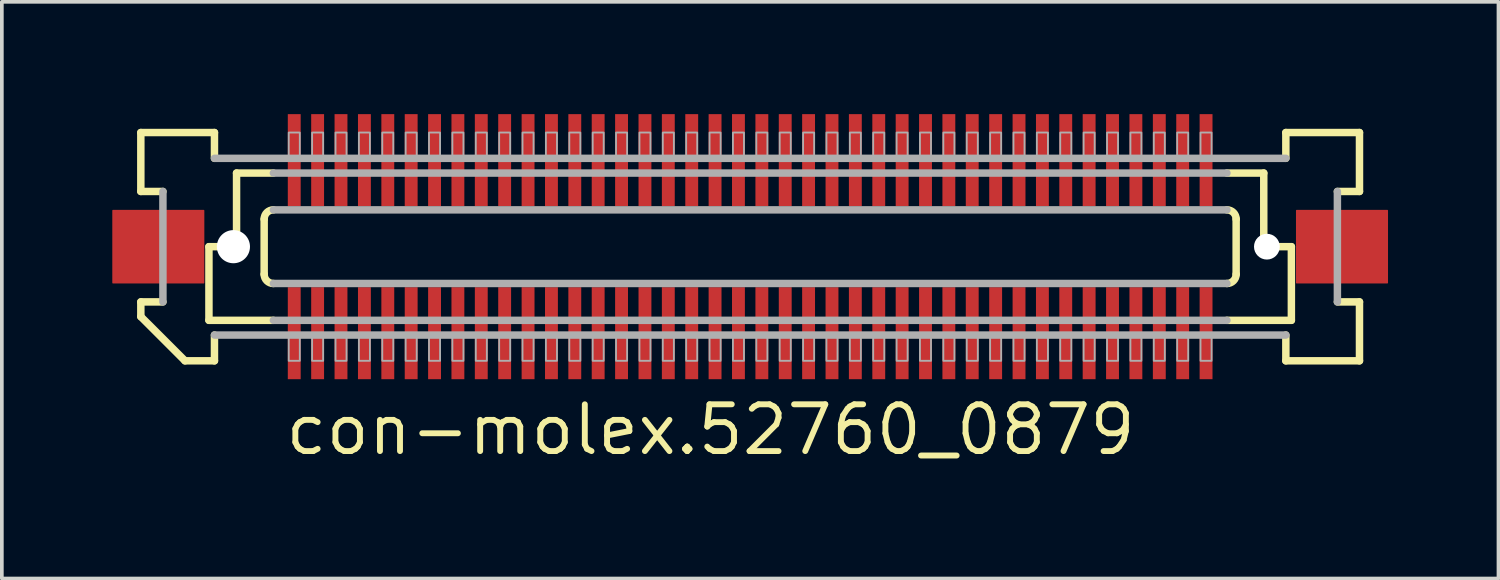
<source format=kicad_pcb>
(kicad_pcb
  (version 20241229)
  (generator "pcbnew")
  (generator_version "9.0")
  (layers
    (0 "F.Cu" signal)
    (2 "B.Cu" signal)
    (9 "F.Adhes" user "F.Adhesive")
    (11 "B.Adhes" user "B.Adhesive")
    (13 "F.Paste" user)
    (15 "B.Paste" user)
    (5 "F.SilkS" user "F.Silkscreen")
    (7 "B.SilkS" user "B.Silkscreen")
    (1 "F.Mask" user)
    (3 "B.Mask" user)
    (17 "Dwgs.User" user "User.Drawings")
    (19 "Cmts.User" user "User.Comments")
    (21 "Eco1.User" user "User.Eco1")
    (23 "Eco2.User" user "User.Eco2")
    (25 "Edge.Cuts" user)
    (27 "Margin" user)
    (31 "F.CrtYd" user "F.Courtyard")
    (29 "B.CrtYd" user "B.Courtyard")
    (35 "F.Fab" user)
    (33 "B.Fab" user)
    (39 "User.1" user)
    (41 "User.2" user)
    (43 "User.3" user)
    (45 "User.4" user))
  (footprint "con-molex.52760_0879"
    (layer "F.Cu")
    (at 17.325 3.65)
    (property "Reference" "con-molex.52760_0879" (at -12.7 5.715 0) (layer "F.SilkS") (effects (font (size 1.27 1.27) (thickness 0.16)) (justify left bottom)))
    (attr smd)
    (fp_rect (start -12.582 -1.075) (end -12.182 -3.625) (stroke (width 0.05) (type default)) (fill yes) (layer "F.Mask"))
    (fp_rect (start -12.582 3.625) (end -12.182 1.075) (stroke (width 0.05) (type default)) (fill yes) (layer "F.Mask"))
    (fp_rect (start -11.947 -1.075) (end -11.547 -3.625) (stroke (width 0.05) (type default)) (fill yes) (layer "F.Mask"))
    (fp_rect (start -11.947 3.625) (end -11.547 1.075) (stroke (width 0.05) (type default)) (fill yes) (layer "F.Mask"))
    (fp_rect (start -11.312 -1.075) (end -10.912 -3.625) (stroke (width 0.05) (type default)) (fill yes) (layer "F.Mask"))
    (fp_rect (start -11.312 3.625) (end -10.912 1.075) (stroke (width 0.05) (type default)) (fill yes) (layer "F.Mask"))
    (fp_rect (start -10.678 -1.075) (end -10.277 -3.625) (stroke (width 0.05) (type default)) (fill yes) (layer "F.Mask"))
    (fp_rect (start -10.678 3.625) (end -10.277 1.075) (stroke (width 0.05) (type default)) (fill yes) (layer "F.Mask"))
    (fp_rect (start -10.043 -1.075) (end -9.643 -3.625) (stroke (width 0.05) (type default)) (fill yes) (layer "F.Mask"))
    (fp_rect (start -10.043 3.625) (end -9.643 1.075) (stroke (width 0.05) (type default)) (fill yes) (layer "F.Mask"))
    (fp_rect (start -9.408 -1.075) (end -9.008 -3.625) (stroke (width 0.05) (type default)) (fill yes) (layer "F.Mask"))
    (fp_rect (start -9.408 3.625) (end -9.008 1.075) (stroke (width 0.05) (type default)) (fill yes) (layer "F.Mask"))
    (fp_rect (start -8.773 -1.075) (end -8.373 -3.625) (stroke (width 0.05) (type default)) (fill yes) (layer "F.Mask"))
    (fp_rect (start -8.773 3.625) (end -8.373 1.075) (stroke (width 0.05) (type default)) (fill yes) (layer "F.Mask"))
    (fp_rect (start -8.137 -1.075) (end -7.737 -3.625) (stroke (width 0.05) (type default)) (fill yes) (layer "F.Mask"))
    (fp_rect (start -8.137 3.625) (end -7.737 1.075) (stroke (width 0.05) (type default)) (fill yes) (layer "F.Mask"))
    (fp_rect (start -7.503 -1.075) (end -7.103 -3.625) (stroke (width 0.05) (type default)) (fill yes) (layer "F.Mask"))
    (fp_rect (start -7.503 3.625) (end -7.103 1.075) (stroke (width 0.05) (type default)) (fill yes) (layer "F.Mask"))
    (fp_rect (start -6.867 -1.075) (end -6.468 -3.625) (stroke (width 0.05) (type default)) (fill yes) (layer "F.Mask"))
    (fp_rect (start -6.867 3.625) (end -6.468 1.075) (stroke (width 0.05) (type default)) (fill yes) (layer "F.Mask"))
    (fp_rect (start -6.232 -1.075) (end -5.832 -3.625) (stroke (width 0.05) (type default)) (fill yes) (layer "F.Mask"))
    (fp_rect (start -6.232 3.625) (end -5.832 1.075) (stroke (width 0.05) (type default)) (fill yes) (layer "F.Mask"))
    (fp_rect (start -5.598 -1.075) (end -5.197 -3.625) (stroke (width 0.05) (type default)) (fill yes) (layer "F.Mask"))
    (fp_rect (start -5.598 3.625) (end -5.197 1.075) (stroke (width 0.05) (type default)) (fill yes) (layer "F.Mask"))
    (fp_rect (start -4.963 -1.075) (end -4.562 -3.625) (stroke (width 0.05) (type default)) (fill yes) (layer "F.Mask"))
    (fp_rect (start -4.963 3.625) (end -4.562 1.075) (stroke (width 0.05) (type default)) (fill yes) (layer "F.Mask"))
    (fp_rect (start -4.327 -1.075) (end -3.928 -3.625) (stroke (width 0.05) (type default)) (fill yes) (layer "F.Mask"))
    (fp_rect (start -4.327 3.625) (end -3.928 1.075) (stroke (width 0.05) (type default)) (fill yes) (layer "F.Mask"))
    (fp_rect (start -3.692 -1.075) (end -3.292 -3.625) (stroke (width 0.05) (type default)) (fill yes) (layer "F.Mask"))
    (fp_rect (start -3.692 3.625) (end -3.292 1.075) (stroke (width 0.05) (type default)) (fill yes) (layer "F.Mask"))
    (fp_rect (start -3.058 -1.075) (end -2.658 -3.625) (stroke (width 0.05) (type default)) (fill yes) (layer "F.Mask"))
    (fp_rect (start -3.058 3.625) (end -2.658 1.075) (stroke (width 0.05) (type default)) (fill yes) (layer "F.Mask"))
    (fp_rect (start -2.422 -1.075) (end -2.022 -3.625) (stroke (width 0.05) (type default)) (fill yes) (layer "F.Mask"))
    (fp_rect (start -2.422 3.625) (end -2.022 1.075) (stroke (width 0.05) (type default)) (fill yes) (layer "F.Mask"))
    (fp_rect (start -1.788 -1.075) (end -1.387 -3.625) (stroke (width 0.05) (type default)) (fill yes) (layer "F.Mask"))
    (fp_rect (start -1.788 3.625) (end -1.387 1.075) (stroke (width 0.05) (type default)) (fill yes) (layer "F.Mask"))
    (fp_rect (start -1.153 -1.075) (end -0.752 -3.625) (stroke (width 0.05) (type default)) (fill yes) (layer "F.Mask"))
    (fp_rect (start -1.153 3.625) (end -0.752 1.075) (stroke (width 0.05) (type default)) (fill yes) (layer "F.Mask"))
    (fp_rect (start -0.517 -1.075) (end -0.117 -3.625) (stroke (width 0.05) (type default)) (fill yes) (layer "F.Mask"))
    (fp_rect (start -0.517 3.625) (end -0.117 1.075) (stroke (width 0.05) (type default)) (fill yes) (layer "F.Mask"))
    (fp_rect (start 0.117 -1.075) (end 0.517 -3.625) (stroke (width 0.05) (type default)) (fill yes) (layer "F.Mask"))
    (fp_rect (start 0.117 3.625) (end 0.517 1.075) (stroke (width 0.05) (type default)) (fill yes) (layer "F.Mask"))
    (fp_rect (start 0.752 -1.075) (end 1.153 -3.625) (stroke (width 0.05) (type default)) (fill yes) (layer "F.Mask"))
    (fp_rect (start 0.752 3.625) (end 1.153 1.075) (stroke (width 0.05) (type default)) (fill yes) (layer "F.Mask"))
    (fp_rect (start 1.387 -1.075) (end 1.788 -3.625) (stroke (width 0.05) (type default)) (fill yes) (layer "F.Mask"))
    (fp_rect (start 1.387 3.625) (end 1.788 1.075) (stroke (width 0.05) (type default)) (fill yes) (layer "F.Mask"))
    (fp_rect (start 2.022 -1.075) (end 2.422 -3.625) (stroke (width 0.05) (type default)) (fill yes) (layer "F.Mask"))
    (fp_rect (start 2.022 3.625) (end 2.422 1.075) (stroke (width 0.05) (type default)) (fill yes) (layer "F.Mask"))
    (fp_rect (start 2.658 -1.075) (end 3.058 -3.625) (stroke (width 0.05) (type default)) (fill yes) (layer "F.Mask"))
    (fp_rect (start 2.658 3.625) (end 3.058 1.075) (stroke (width 0.05) (type default)) (fill yes) (layer "F.Mask"))
    (fp_rect (start 3.292 -1.075) (end 3.692 -3.625) (stroke (width 0.05) (type default)) (fill yes) (layer "F.Mask"))
    (fp_rect (start 3.292 3.625) (end 3.692 1.075) (stroke (width 0.05) (type default)) (fill yes) (layer "F.Mask"))
    (fp_rect (start 3.928 -1.075) (end 4.327 -3.625) (stroke (width 0.05) (type default)) (fill yes) (layer "F.Mask"))
    (fp_rect (start 3.928 3.625) (end 4.327 1.075) (stroke (width 0.05) (type default)) (fill yes) (layer "F.Mask"))
    (fp_rect (start 4.562 -1.075) (end 4.963 -3.625) (stroke (width 0.05) (type default)) (fill yes) (layer "F.Mask"))
    (fp_rect (start 4.562 3.625) (end 4.963 1.075) (stroke (width 0.05) (type default)) (fill yes) (layer "F.Mask"))
    (fp_rect (start 5.197 -1.075) (end 5.598 -3.625) (stroke (width 0.05) (type default)) (fill yes) (layer "F.Mask"))
    (fp_rect (start 5.197 3.625) (end 5.598 1.075) (stroke (width 0.05) (type default)) (fill yes) (layer "F.Mask"))
    (fp_rect (start 5.832 -1.075) (end 6.232 -3.625) (stroke (width 0.05) (type default)) (fill yes) (layer "F.Mask"))
    (fp_rect (start 5.832 3.625) (end 6.232 1.075) (stroke (width 0.05) (type default)) (fill yes) (layer "F.Mask"))
    (fp_rect (start 6.468 -1.075) (end 6.867 -3.625) (stroke (width 0.05) (type default)) (fill yes) (layer "F.Mask"))
    (fp_rect (start 6.468 3.625) (end 6.867 1.075) (stroke (width 0.05) (type default)) (fill yes) (layer "F.Mask"))
    (fp_rect (start 7.103 -1.075) (end 7.503 -3.625) (stroke (width 0.05) (type default)) (fill yes) (layer "F.Mask"))
    (fp_rect (start 7.103 3.625) (end 7.503 1.075) (stroke (width 0.05) (type default)) (fill yes) (layer "F.Mask"))
    (fp_rect (start 7.737 -1.075) (end 8.137 -3.625) (stroke (width 0.05) (type default)) (fill yes) (layer "F.Mask"))
    (fp_rect (start 7.737 3.625) (end 8.137 1.075) (stroke (width 0.05) (type default)) (fill yes) (layer "F.Mask"))
    (fp_rect (start 8.373 -1.075) (end 8.773 -3.625) (stroke (width 0.05) (type default)) (fill yes) (layer "F.Mask"))
    (fp_rect (start 8.373 3.625) (end 8.773 1.075) (stroke (width 0.05) (type default)) (fill yes) (layer "F.Mask"))
    (fp_rect (start 9.008 -1.075) (end 9.408 -3.625) (stroke (width 0.05) (type default)) (fill yes) (layer "F.Mask"))
    (fp_rect (start 9.008 3.625) (end 9.408 1.075) (stroke (width 0.05) (type default)) (fill yes) (layer "F.Mask"))
    (fp_rect (start 9.643 -1.075) (end 10.043 -3.625) (stroke (width 0.05) (type default)) (fill yes) (layer "F.Mask"))
    (fp_rect (start 9.643 3.625) (end 10.043 1.075) (stroke (width 0.05) (type default)) (fill yes) (layer "F.Mask"))
    (fp_rect (start 10.277 -1.075) (end 10.678 -3.625) (stroke (width 0.05) (type default)) (fill yes) (layer "F.Mask"))
    (fp_rect (start 10.277 3.625) (end 10.678 1.075) (stroke (width 0.05) (type default)) (fill yes) (layer "F.Mask"))
    (fp_rect (start 10.912 -1.075) (end 11.312 -3.625) (stroke (width 0.05) (type default)) (fill yes) (layer "F.Mask"))
    (fp_rect (start 10.912 3.625) (end 11.312 1.075) (stroke (width 0.05) (type default)) (fill yes) (layer "F.Mask"))
    (fp_rect (start 11.547 -1.075) (end 11.947 -3.625) (stroke (width 0.05) (type default)) (fill yes) (layer "F.Mask"))
    (fp_rect (start 11.547 3.625) (end 11.947 1.075) (stroke (width 0.05) (type default)) (fill yes) (layer "F.Mask"))
    (fp_rect (start 12.182 -1.075) (end 12.582 -3.625) (stroke (width 0.05) (type default)) (fill yes) (layer "F.Mask"))
    (fp_rect (start 12.182 3.625) (end 12.582 1.075) (stroke (width 0.05) (type default)) (fill yes) (layer "F.Mask"))
    (fp_line (start -16.55 -3.1) (end -14.55 -3.1) (stroke (width 0.203) (type default)) (layer "F.SilkS"))
    (fp_line (start -16.55 -1.5) (end -16.55 -3.1) (stroke (width 0.203) (type default)) (layer "F.SilkS"))
    (fp_line (start -16.55 1.5) (end -15.95 1.5) (stroke (width 0.203) (type default)) (layer "F.SilkS"))
    (fp_line (start -16.55 1.9) (end -16.55 1.5) (stroke (width 0.203) (type default)) (layer "F.SilkS"))
    (fp_line (start -15.95 -1.5) (end -16.55 -1.5) (stroke (width 0.203) (type default)) (layer "F.SilkS"))
    (fp_line (start -15.35 3.1) (end -16.55 1.9) (stroke (width 0.203) (type default)) (layer "F.SilkS"))
    (fp_line (start -14.7 0) (end -14.7 2) (stroke (width 0.203) (type default)) (layer "F.SilkS"))
    (fp_line (start -14.7 2) (end -12.95 2) (stroke (width 0.203) (type default)) (layer "F.SilkS"))
    (fp_line (start -14.55 -3.1) (end -14.55 -2.4) (stroke (width 0.203) (type default)) (layer "F.SilkS"))
    (fp_line (start -14.55 2.4) (end -14.55 3.1) (stroke (width 0.203) (type default)) (layer "F.SilkS"))
    (fp_line (start -14.55 3.1) (end -15.35 3.1) (stroke (width 0.203) (type default)) (layer "F.SilkS"))
    (fp_line (start -13.95 -2) (end -13.95 0) (stroke (width 0.203) (type default)) (layer "F.SilkS"))
    (fp_line (start -13.95 0) (end -14.7 0) (stroke (width 0.203) (type default)) (layer "F.SilkS"))
    (fp_line (start -13.2 0.75) (end -13.2 -0.75) (stroke (width 0.203) (type default)) (layer "F.SilkS"))
    (fp_line (start -12.95 -2) (end -13.95 -2) (stroke (width 0.203) (type default)) (layer "F.SilkS"))
    (fp_line (start 12.95 2) (end 14.7 2) (stroke (width 0.203) (type default)) (layer "F.SilkS"))
    (fp_line (start 13.2 -0.75) (end 13.2 0.75) (stroke (width 0.203) (type default)) (layer "F.SilkS"))
    (fp_line (start 13.95 -2) (end 12.95 -2) (stroke (width 0.203) (type default)) (layer "F.SilkS"))
    (fp_line (start 13.95 -2) (end 13.95 0) (stroke (width 0.203) (type default)) (layer "F.SilkS"))
    (fp_line (start 14.55 -3.1) (end 16.55 -3.1) (stroke (width 0.203) (type default)) (layer "F.SilkS"))
    (fp_line (start 14.55 -2.4) (end 14.55 -3.1) (stroke (width 0.203) (type default)) (layer "F.SilkS"))
    (fp_line (start 14.55 3.1) (end 14.55 2.4) (stroke (width 0.203) (type default)) (layer "F.SilkS"))
    (fp_line (start 14.7 0) (end 13.95 0) (stroke (width 0.203) (type default)) (layer "F.SilkS"))
    (fp_line (start 14.7 0) (end 14.7 2) (stroke (width 0.203) (type default)) (layer "F.SilkS"))
    (fp_line (start 15.95 1.5) (end 16.55 1.5) (stroke (width 0.203) (type default)) (layer "F.SilkS"))
    (fp_line (start 16.55 -3.1) (end 16.55 -1.5) (stroke (width 0.203) (type default)) (layer "F.SilkS"))
    (fp_line (start 16.55 -1.5) (end 15.95 -1.5) (stroke (width 0.203) (type default)) (layer "F.SilkS"))
    (fp_line (start 16.55 1.5) (end 16.55 3.1) (stroke (width 0.203) (type default)) (layer "F.SilkS"))
    (fp_line (start 16.55 3.1) (end 14.55 3.1) (stroke (width 0.203) (type default)) (layer "F.SilkS"))
    (fp_arc (start -13.2 -0.75) (mid -13.126777 -0.926777) (end -12.95 -1) (stroke (width 0.2032) (type default)) (layer "F.SilkS"))
    (fp_arc (start -12.95 1) (mid -13.126777 0.926777) (end -13.2 0.75) (stroke (width 0.2032) (type default)) (layer "F.SilkS"))
    (fp_arc (start 12.95 -1) (mid 13.126777 -0.926777) (end 13.2 -0.75) (stroke (width 0.2032) (type default)) (layer "F.SilkS"))
    (fp_arc (start 13.2 0.75) (mid 13.126777 0.926777) (end 12.95 1) (stroke (width 0.2032) (type default)) (layer "F.SilkS"))
    (fp_line (start -15.95 1.5) (end -15.95 -1.5) (stroke (width 0.203) (type default)) (layer "F.Fab"))
    (fp_line (start -14.55 -2.4) (end 14.55 -2.4) (stroke (width 0.203) (type default)) (layer "F.Fab"))
    (fp_line (start -12.95 -1) (end 12.95 -1) (stroke (width 0.203) (type default)) (layer "F.Fab"))
    (fp_line (start -12.95 2) (end 12.95 2) (stroke (width 0.203) (type default)) (layer "F.Fab"))
    (fp_line (start 12.95 -2) (end -12.95 -2) (stroke (width 0.203) (type default)) (layer "F.Fab"))
    (fp_line (start 12.95 1) (end -12.95 1) (stroke (width 0.203) (type default)) (layer "F.Fab"))
    (fp_line (start 14.55 2.4) (end -14.55 2.4) (stroke (width 0.203) (type default)) (layer "F.Fab"))
    (fp_line (start 15.95 -1.5) (end 15.95 1.5) (stroke (width 0.203) (type default)) (layer "F.Fab"))
    (fp_rect (start -12.533 -2.375) (end -12.232 -3.1) (stroke (width 0.05) (type default)) (fill no) (layer "F.Fab"))
    (fp_rect (start -12.533 3.1) (end -12.232 2.375) (stroke (width 0.05) (type default)) (fill no) (layer "F.Fab"))
    (fp_rect (start -11.898 -2.375) (end -11.598 -3.1) (stroke (width 0.05) (type default)) (fill no) (layer "F.Fab"))
    (fp_rect (start -11.898 3.1) (end -11.598 2.375) (stroke (width 0.05) (type default)) (fill no) (layer "F.Fab"))
    (fp_rect (start -11.262 -2.375) (end -10.963 -3.1) (stroke (width 0.05) (type default)) (fill no) (layer "F.Fab"))
    (fp_rect (start -11.262 3.1) (end -10.963 2.375) (stroke (width 0.05) (type default)) (fill no) (layer "F.Fab"))
    (fp_rect (start -10.627 -2.375) (end -10.328 -3.1) (stroke (width 0.05) (type default)) (fill no) (layer "F.Fab"))
    (fp_rect (start -10.627 3.1) (end -10.328 2.375) (stroke (width 0.05) (type default)) (fill no) (layer "F.Fab"))
    (fp_rect (start -9.992 -2.375) (end -9.693 -3.1) (stroke (width 0.05) (type default)) (fill no) (layer "F.Fab"))
    (fp_rect (start -9.992 3.1) (end -9.693 2.375) (stroke (width 0.05) (type default)) (fill no) (layer "F.Fab"))
    (fp_rect (start -9.357 -2.375) (end -9.057 -3.1) (stroke (width 0.05) (type default)) (fill no) (layer "F.Fab"))
    (fp_rect (start -9.357 3.1) (end -9.057 2.375) (stroke (width 0.05) (type default)) (fill no) (layer "F.Fab"))
    (fp_rect (start -8.723 -2.375) (end -8.422 -3.1) (stroke (width 0.05) (type default)) (fill no) (layer "F.Fab"))
    (fp_rect (start -8.723 3.1) (end -8.422 2.375) (stroke (width 0.05) (type default)) (fill no) (layer "F.Fab"))
    (fp_rect (start -8.088 -2.375) (end -7.787 -3.1) (stroke (width 0.05) (type default)) (fill no) (layer "F.Fab"))
    (fp_rect (start -8.088 3.1) (end -7.787 2.375) (stroke (width 0.05) (type default)) (fill no) (layer "F.Fab"))
    (fp_rect (start -7.452 -2.375) (end -7.152 -3.1) (stroke (width 0.05) (type default)) (fill no) (layer "F.Fab"))
    (fp_rect (start -7.452 3.1) (end -7.152 2.375) (stroke (width 0.05) (type default)) (fill no) (layer "F.Fab"))
    (fp_rect (start -6.817 -2.375) (end -6.518 -3.1) (stroke (width 0.05) (type default)) (fill no) (layer "F.Fab"))
    (fp_rect (start -6.817 3.1) (end -6.518 2.375) (stroke (width 0.05) (type default)) (fill no) (layer "F.Fab"))
    (fp_rect (start -6.183 -2.375) (end -5.883 -3.1) (stroke (width 0.05) (type default)) (fill no) (layer "F.Fab"))
    (fp_rect (start -6.183 3.1) (end -5.883 2.375) (stroke (width 0.05) (type default)) (fill no) (layer "F.Fab"))
    (fp_rect (start -5.548 -2.375) (end -5.247 -3.1) (stroke (width 0.05) (type default)) (fill no) (layer "F.Fab"))
    (fp_rect (start -5.548 3.1) (end -5.247 2.375) (stroke (width 0.05) (type default)) (fill no) (layer "F.Fab"))
    (fp_rect (start -4.912 -2.375) (end -4.612 -3.1) (stroke (width 0.05) (type default)) (fill no) (layer "F.Fab"))
    (fp_rect (start -4.912 3.1) (end -4.612 2.375) (stroke (width 0.05) (type default)) (fill no) (layer "F.Fab"))
    (fp_rect (start -4.277 -2.375) (end -3.978 -3.1) (stroke (width 0.05) (type default)) (fill no) (layer "F.Fab"))
    (fp_rect (start -4.277 3.1) (end -3.978 2.375) (stroke (width 0.05) (type default)) (fill no) (layer "F.Fab"))
    (fp_rect (start -3.643 -2.375) (end -3.342 -3.1) (stroke (width 0.05) (type default)) (fill no) (layer "F.Fab"))
    (fp_rect (start -3.643 3.1) (end -3.342 2.375) (stroke (width 0.05) (type default)) (fill no) (layer "F.Fab"))
    (fp_rect (start -3.007 -2.375) (end -2.708 -3.1) (stroke (width 0.05) (type default)) (fill no) (layer "F.Fab"))
    (fp_rect (start -3.007 3.1) (end -2.708 2.375) (stroke (width 0.05) (type default)) (fill no) (layer "F.Fab"))
    (fp_rect (start -2.373 -2.375) (end -2.072 -3.1) (stroke (width 0.05) (type default)) (fill no) (layer "F.Fab"))
    (fp_rect (start -2.373 3.1) (end -2.072 2.375) (stroke (width 0.05) (type default)) (fill no) (layer "F.Fab"))
    (fp_rect (start -1.738 -2.375) (end -1.438 -3.1) (stroke (width 0.05) (type default)) (fill no) (layer "F.Fab"))
    (fp_rect (start -1.738 3.1) (end -1.438 2.375) (stroke (width 0.05) (type default)) (fill no) (layer "F.Fab"))
    (fp_rect (start -1.103 -2.375) (end -0.802 -3.1) (stroke (width 0.05) (type default)) (fill no) (layer "F.Fab"))
    (fp_rect (start -1.103 3.1) (end -0.802 2.375) (stroke (width 0.05) (type default)) (fill no) (layer "F.Fab"))
    (fp_rect (start -0.468 -2.375) (end -0.168 -3.1) (stroke (width 0.05) (type default)) (fill no) (layer "F.Fab"))
    (fp_rect (start -0.468 3.1) (end -0.168 2.375) (stroke (width 0.05) (type default)) (fill no) (layer "F.Fab"))
    (fp_rect (start 0.168 -2.375) (end 0.468 -3.1) (stroke (width 0.05) (type default)) (fill no) (layer "F.Fab"))
    (fp_rect (start 0.168 3.1) (end 0.468 2.375) (stroke (width 0.05) (type default)) (fill no) (layer "F.Fab"))
    (fp_rect (start 0.802 -2.375) (end 1.103 -3.1) (stroke (width 0.05) (type default)) (fill no) (layer "F.Fab"))
    (fp_rect (start 0.802 3.1) (end 1.103 2.375) (stroke (width 0.05) (type default)) (fill no) (layer "F.Fab"))
    (fp_rect (start 1.438 -2.375) (end 1.738 -3.1) (stroke (width 0.05) (type default)) (fill no) (layer "F.Fab"))
    (fp_rect (start 1.438 3.1) (end 1.738 2.375) (stroke (width 0.05) (type default)) (fill no) (layer "F.Fab"))
    (fp_rect (start 2.072 -2.375) (end 2.373 -3.1) (stroke (width 0.05) (type default)) (fill no) (layer "F.Fab"))
    (fp_rect (start 2.072 3.1) (end 2.373 2.375) (stroke (width 0.05) (type default)) (fill no) (layer "F.Fab"))
    (fp_rect (start 2.708 -2.375) (end 3.007 -3.1) (stroke (width 0.05) (type default)) (fill no) (layer "F.Fab"))
    (fp_rect (start 2.708 3.1) (end 3.007 2.375) (stroke (width 0.05) (type default)) (fill no) (layer "F.Fab"))
    (fp_rect (start 3.342 -2.375) (end 3.643 -3.1) (stroke (width 0.05) (type default)) (fill no) (layer "F.Fab"))
    (fp_rect (start 3.342 3.1) (end 3.643 2.375) (stroke (width 0.05) (type default)) (fill no) (layer "F.Fab"))
    (fp_rect (start 3.978 -2.375) (end 4.277 -3.1) (stroke (width 0.05) (type default)) (fill no) (layer "F.Fab"))
    (fp_rect (start 3.978 3.1) (end 4.277 2.375) (stroke (width 0.05) (type default)) (fill no) (layer "F.Fab"))
    (fp_rect (start 4.612 -2.375) (end 4.912 -3.1) (stroke (width 0.05) (type default)) (fill no) (layer "F.Fab"))
    (fp_rect (start 4.612 3.1) (end 4.912 2.375) (stroke (width 0.05) (type default)) (fill no) (layer "F.Fab"))
    (fp_rect (start 5.247 -2.375) (end 5.548 -3.1) (stroke (width 0.05) (type default)) (fill no) (layer "F.Fab"))
    (fp_rect (start 5.247 3.1) (end 5.548 2.375) (stroke (width 0.05) (type default)) (fill no) (layer "F.Fab"))
    (fp_rect (start 5.883 -2.375) (end 6.183 -3.1) (stroke (width 0.05) (type default)) (fill no) (layer "F.Fab"))
    (fp_rect (start 5.883 3.1) (end 6.183 2.375) (stroke (width 0.05) (type default)) (fill no) (layer "F.Fab"))
    (fp_rect (start 6.518 -2.375) (end 6.817 -3.1) (stroke (width 0.05) (type default)) (fill no) (layer "F.Fab"))
    (fp_rect (start 6.518 3.1) (end 6.817 2.375) (stroke (width 0.05) (type default)) (fill no) (layer "F.Fab"))
    (fp_rect (start 7.152 -2.375) (end 7.452 -3.1) (stroke (width 0.05) (type default)) (fill no) (layer "F.Fab"))
    (fp_rect (start 7.152 3.1) (end 7.452 2.375) (stroke (width 0.05) (type default)) (fill no) (layer "F.Fab"))
    (fp_rect (start 7.787 -2.375) (end 8.088 -3.1) (stroke (width 0.05) (type default)) (fill no) (layer "F.Fab"))
    (fp_rect (start 7.787 3.1) (end 8.088 2.375) (stroke (width 0.05) (type default)) (fill no) (layer "F.Fab"))
    (fp_rect (start 8.422 -2.375) (end 8.723 -3.1) (stroke (width 0.05) (type default)) (fill no) (layer "F.Fab"))
    (fp_rect (start 8.422 3.1) (end 8.723 2.375) (stroke (width 0.05) (type default)) (fill no) (layer "F.Fab"))
    (fp_rect (start 9.057 -2.375) (end 9.357 -3.1) (stroke (width 0.05) (type default)) (fill no) (layer "F.Fab"))
    (fp_rect (start 9.057 3.1) (end 9.357 2.375) (stroke (width 0.05) (type default)) (fill no) (layer "F.Fab"))
    (fp_rect (start 9.693 -2.375) (end 9.992 -3.1) (stroke (width 0.05) (type default)) (fill no) (layer "F.Fab"))
    (fp_rect (start 9.693 3.1) (end 9.992 2.375) (stroke (width 0.05) (type default)) (fill no) (layer "F.Fab"))
    (fp_rect (start 10.328 -2.375) (end 10.627 -3.1) (stroke (width 0.05) (type default)) (fill no) (layer "F.Fab"))
    (fp_rect (start 10.328 3.1) (end 10.627 2.375) (stroke (width 0.05) (type default)) (fill no) (layer "F.Fab"))
    (fp_rect (start 10.963 -2.375) (end 11.262 -3.1) (stroke (width 0.05) (type default)) (fill no) (layer "F.Fab"))
    (fp_rect (start 10.963 3.1) (end 11.262 2.375) (stroke (width 0.05) (type default)) (fill no) (layer "F.Fab"))
    (fp_rect (start 11.598 -2.375) (end 11.898 -3.1) (stroke (width 0.05) (type default)) (fill no) (layer "F.Fab"))
    (fp_rect (start 11.598 3.1) (end 11.898 2.375) (stroke (width 0.05) (type default)) (fill no) (layer "F.Fab"))
    (fp_rect (start 12.232 -2.375) (end 12.533 -3.1) (stroke (width 0.05) (type default)) (fill no) (layer "F.Fab"))
    (fp_rect (start 12.232 3.1) (end 12.533 2.375) (stroke (width 0.05) (type default)) (fill no) (layer "F.Fab"))
    (pad "" np_thru_hole circle (at -14.035 0) (size 0.9 0.9) (drill 0.9) (layers "*.Cu" "*.Mask"))
    (pad "" np_thru_hole circle (at 14.035 0) (size 0.7 0.7) (drill 0.7) (layers "*.Cu" "*.Mask"))
    (pad "1" smd roundrect (at -12.383 2.35) (size 0.35 2.5) (layers "F.Cu" "F.Mask" "F.Paste") (roundrect_rratio 0.01))
    (pad "2" smd roundrect (at -12.383 -2.35 180) (size 0.35 2.5) (layers "F.Cu" "F.Mask" "F.Paste") (roundrect_rratio 0.01))
    (pad "3" smd roundrect (at -11.748 2.35) (size 0.35 2.5) (layers "F.Cu" "F.Mask" "F.Paste") (roundrect_rratio 0.01))
    (pad "4" smd roundrect (at -11.748 -2.35 180) (size 0.35 2.5) (layers "F.Cu" "F.Mask" "F.Paste") (roundrect_rratio 0.01))
    (pad "5" smd roundrect (at -11.113 2.35) (size 0.35 2.5) (layers "F.Cu" "F.Mask" "F.Paste") (roundrect_rratio 0.01))
    (pad "6" smd roundrect (at -11.113 -2.35 180) (size 0.35 2.5) (layers "F.Cu" "F.Mask" "F.Paste") (roundrect_rratio 0.01))
    (pad "7" smd roundrect (at -10.477 2.35) (size 0.35 2.5) (layers "F.Cu" "F.Mask" "F.Paste") (roundrect_rratio 0.01))
    (pad "8" smd roundrect (at -10.477 -2.35 180) (size 0.35 2.5) (layers "F.Cu" "F.Mask" "F.Paste") (roundrect_rratio 0.01))
    (pad "9" smd roundrect (at -9.842 2.35) (size 0.35 2.5) (layers "F.Cu" "F.Mask" "F.Paste") (roundrect_rratio 0.01))
    (pad "10" smd roundrect (at -9.842 -2.35 180) (size 0.35 2.5) (layers "F.Cu" "F.Mask" "F.Paste") (roundrect_rratio 0.01))
    (pad "11" smd roundrect (at -9.207 2.35) (size 0.35 2.5) (layers "F.Cu" "F.Mask" "F.Paste") (roundrect_rratio 0.01))
    (pad "12" smd roundrect (at -9.207 -2.35 180) (size 0.35 2.5) (layers "F.Cu" "F.Mask" "F.Paste") (roundrect_rratio 0.01))
    (pad "13" smd roundrect (at -8.572 2.35) (size 0.35 2.5) (layers "F.Cu" "F.Mask" "F.Paste") (roundrect_rratio 0.01))
    (pad "14" smd roundrect (at -8.572 -2.35 180) (size 0.35 2.5) (layers "F.Cu" "F.Mask" "F.Paste") (roundrect_rratio 0.01))
    (pad "15" smd roundrect (at -7.938 2.35) (size 0.35 2.5) (layers "F.Cu" "F.Mask" "F.Paste") (roundrect_rratio 0.01))
    (pad "16" smd roundrect (at -7.938 -2.35 180) (size 0.35 2.5) (layers "F.Cu" "F.Mask" "F.Paste") (roundrect_rratio 0.01))
    (pad "17" smd roundrect (at -7.303 2.35) (size 0.35 2.5) (layers "F.Cu" "F.Mask" "F.Paste") (roundrect_rratio 0.01))
    (pad "18" smd roundrect (at -7.303 -2.35 180) (size 0.35 2.5) (layers "F.Cu" "F.Mask" "F.Paste") (roundrect_rratio 0.01))
    (pad "19" smd roundrect (at -6.668 2.35) (size 0.35 2.5) (layers "F.Cu" "F.Mask" "F.Paste") (roundrect_rratio 0.01))
    (pad "20" smd roundrect (at -6.668 -2.35 180) (size 0.35 2.5) (layers "F.Cu" "F.Mask" "F.Paste") (roundrect_rratio 0.01))
    (pad "21" smd roundrect (at -6.032 2.35) (size 0.35 2.5) (layers "F.Cu" "F.Mask" "F.Paste") (roundrect_rratio 0.01))
    (pad "22" smd roundrect (at -6.032 -2.35 180) (size 0.35 2.5) (layers "F.Cu" "F.Mask" "F.Paste") (roundrect_rratio 0.01))
    (pad "23" smd roundrect (at -5.397 2.35) (size 0.35 2.5) (layers "F.Cu" "F.Mask" "F.Paste") (roundrect_rratio 0.01))
    (pad "24" smd roundrect (at -5.397 -2.35 180) (size 0.35 2.5) (layers "F.Cu" "F.Mask" "F.Paste") (roundrect_rratio 0.01))
    (pad "25" smd roundrect (at -4.763 2.35) (size 0.35 2.5) (layers "F.Cu" "F.Mask" "F.Paste") (roundrect_rratio 0.01))
    (pad "26" smd roundrect (at -4.763 -2.35 180) (size 0.35 2.5) (layers "F.Cu" "F.Mask" "F.Paste") (roundrect_rratio 0.01))
    (pad "27" smd roundrect (at -4.128 2.35) (size 0.35 2.5) (layers "F.Cu" "F.Mask" "F.Paste") (roundrect_rratio 0.01))
    (pad "28" smd roundrect (at -4.128 -2.35 180) (size 0.35 2.5) (layers "F.Cu" "F.Mask" "F.Paste") (roundrect_rratio 0.01))
    (pad "29" smd roundrect (at -3.493 2.35) (size 0.35 2.5) (layers "F.Cu" "F.Mask" "F.Paste") (roundrect_rratio 0.01))
    (pad "30" smd roundrect (at -3.493 -2.35 180) (size 0.35 2.5) (layers "F.Cu" "F.Mask" "F.Paste") (roundrect_rratio 0.01))
    (pad "31" smd roundrect (at -2.857 2.35) (size 0.35 2.5) (layers "F.Cu" "F.Mask" "F.Paste") (roundrect_rratio 0.01))
    (pad "32" smd roundrect (at -2.857 -2.35 180) (size 0.35 2.5) (layers "F.Cu" "F.Mask" "F.Paste") (roundrect_rratio 0.01))
    (pad "33" smd roundrect (at -2.223 2.35) (size 0.35 2.5) (layers "F.Cu" "F.Mask" "F.Paste") (roundrect_rratio 0.01))
    (pad "34" smd roundrect (at -2.223 -2.35 180) (size 0.35 2.5) (layers "F.Cu" "F.Mask" "F.Paste") (roundrect_rratio 0.01))
    (pad "35" smd roundrect (at -1.587 2.35) (size 0.35 2.5) (layers "F.Cu" "F.Mask" "F.Paste") (roundrect_rratio 0.01))
    (pad "36" smd roundrect (at -1.587 -2.35 180) (size 0.35 2.5) (layers "F.Cu" "F.Mask" "F.Paste") (roundrect_rratio 0.01))
    (pad "37" smd roundrect (at -0.953 2.35) (size 0.35 2.5) (layers "F.Cu" "F.Mask" "F.Paste") (roundrect_rratio 0.01))
    (pad "38" smd roundrect (at -0.953 -2.35 180) (size 0.35 2.5) (layers "F.Cu" "F.Mask" "F.Paste") (roundrect_rratio 0.01))
    (pad "39" smd roundrect (at -0.318 2.35) (size 0.35 2.5) (layers "F.Cu" "F.Mask" "F.Paste") (roundrect_rratio 0.01))
    (pad "40" smd roundrect (at -0.318 -2.35 180) (size 0.35 2.5) (layers "F.Cu" "F.Mask" "F.Paste") (roundrect_rratio 0.01))
    (pad "41" smd roundrect (at 0.318 2.35) (size 0.35 2.5) (layers "F.Cu" "F.Mask" "F.Paste") (roundrect_rratio 0.01))
    (pad "42" smd roundrect (at 0.318 -2.35 180) (size 0.35 2.5) (layers "F.Cu" "F.Mask" "F.Paste") (roundrect_rratio 0.01))
    (pad "43" smd roundrect (at 0.953 2.35) (size 0.35 2.5) (layers "F.Cu" "F.Mask" "F.Paste") (roundrect_rratio 0.01))
    (pad "44" smd roundrect (at 0.953 -2.35 180) (size 0.35 2.5) (layers "F.Cu" "F.Mask" "F.Paste") (roundrect_rratio 0.01))
    (pad "45" smd roundrect (at 1.587 2.35) (size 0.35 2.5) (layers "F.Cu" "F.Mask" "F.Paste") (roundrect_rratio 0.01))
    (pad "46" smd roundrect (at 1.587 -2.35 180) (size 0.35 2.5) (layers "F.Cu" "F.Mask" "F.Paste") (roundrect_rratio 0.01))
    (pad "47" smd roundrect (at 2.223 2.35) (size 0.35 2.5) (layers "F.Cu" "F.Mask" "F.Paste") (roundrect_rratio 0.01))
    (pad "48" smd roundrect (at 2.223 -2.35 180) (size 0.35 2.5) (layers "F.Cu" "F.Mask" "F.Paste") (roundrect_rratio 0.01))
    (pad "49" smd roundrect (at 2.857 2.35) (size 0.35 2.5) (layers "F.Cu" "F.Mask" "F.Paste") (roundrect_rratio 0.01))
    (pad "50" smd roundrect (at 2.857 -2.35 180) (size 0.35 2.5) (layers "F.Cu" "F.Mask" "F.Paste") (roundrect_rratio 0.01))
    (pad "51" smd roundrect (at 3.493 2.35) (size 0.35 2.5) (layers "F.Cu" "F.Mask" "F.Paste") (roundrect_rratio 0.01))
    (pad "52" smd roundrect (at 3.493 -2.35 180) (size 0.35 2.5) (layers "F.Cu" "F.Mask" "F.Paste") (roundrect_rratio 0.01))
    (pad "53" smd roundrect (at 4.128 2.35) (size 0.35 2.5) (layers "F.Cu" "F.Mask" "F.Paste") (roundrect_rratio 0.01))
    (pad "54" smd roundrect (at 4.128 -2.35 180) (size 0.35 2.5) (layers "F.Cu" "F.Mask" "F.Paste") (roundrect_rratio 0.01))
    (pad "55" smd roundrect (at 4.763 2.35) (size 0.35 2.5) (layers "F.Cu" "F.Mask" "F.Paste") (roundrect_rratio 0.01))
    (pad "56" smd roundrect (at 4.763 -2.35 180) (size 0.35 2.5) (layers "F.Cu" "F.Mask" "F.Paste") (roundrect_rratio 0.01))
    (pad "57" smd roundrect (at 5.397 2.35) (size 0.35 2.5) (layers "F.Cu" "F.Mask" "F.Paste") (roundrect_rratio 0.01))
    (pad "58" smd roundrect (at 5.397 -2.35 180) (size 0.35 2.5) (layers "F.Cu" "F.Mask" "F.Paste") (roundrect_rratio 0.01))
    (pad "59" smd roundrect (at 6.032 2.35) (size 0.35 2.5) (layers "F.Cu" "F.Mask" "F.Paste") (roundrect_rratio 0.01))
    (pad "60" smd roundrect (at 6.032 -2.35 180) (size 0.35 2.5) (layers "F.Cu" "F.Mask" "F.Paste") (roundrect_rratio 0.01))
    (pad "61" smd roundrect (at 6.668 2.35) (size 0.35 2.5) (layers "F.Cu" "F.Mask" "F.Paste") (roundrect_rratio 0.01))
    (pad "62" smd roundrect (at 6.668 -2.35 180) (size 0.35 2.5) (layers "F.Cu" "F.Mask" "F.Paste") (roundrect_rratio 0.01))
    (pad "63" smd roundrect (at 7.303 2.35) (size 0.35 2.5) (layers "F.Cu" "F.Mask" "F.Paste") (roundrect_rratio 0.01))
    (pad "64" smd roundrect (at 7.303 -2.35 180) (size 0.35 2.5) (layers "F.Cu" "F.Mask" "F.Paste") (roundrect_rratio 0.01))
    (pad "65" smd roundrect (at 7.938 2.35) (size 0.35 2.5) (layers "F.Cu" "F.Mask" "F.Paste") (roundrect_rratio 0.01))
    (pad "66" smd roundrect (at 7.938 -2.35 180) (size 0.35 2.5) (layers "F.Cu" "F.Mask" "F.Paste") (roundrect_rratio 0.01))
    (pad "67" smd roundrect (at 8.572 2.35) (size 0.35 2.5) (layers "F.Cu" "F.Mask" "F.Paste") (roundrect_rratio 0.01))
    (pad "68" smd roundrect (at 8.572 -2.35 180) (size 0.35 2.5) (layers "F.Cu" "F.Mask" "F.Paste") (roundrect_rratio 0.01))
    (pad "69" smd roundrect (at 9.207 2.35) (size 0.35 2.5) (layers "F.Cu" "F.Mask" "F.Paste") (roundrect_rratio 0.01))
    (pad "70" smd roundrect (at 9.207 -2.35 180) (size 0.35 2.5) (layers "F.Cu" "F.Mask" "F.Paste") (roundrect_rratio 0.01))
    (pad "71" smd roundrect (at 9.842 2.35) (size 0.35 2.5) (layers "F.Cu" "F.Mask" "F.Paste") (roundrect_rratio 0.01))
    (pad "72" smd roundrect (at 9.842 -2.35 180) (size 0.35 2.5) (layers "F.Cu" "F.Mask" "F.Paste") (roundrect_rratio 0.01))
    (pad "73" smd roundrect (at 10.477 2.35) (size 0.35 2.5) (layers "F.Cu" "F.Mask" "F.Paste") (roundrect_rratio 0.01))
    (pad "74" smd roundrect (at 10.477 -2.35 180) (size 0.35 2.5) (layers "F.Cu" "F.Mask" "F.Paste") (roundrect_rratio 0.01))
    (pad "75" smd roundrect (at 11.113 2.35) (size 0.35 2.5) (layers "F.Cu" "F.Mask" "F.Paste") (roundrect_rratio 0.01))
    (pad "76" smd roundrect (at 11.113 -2.35 180) (size 0.35 2.5) (layers "F.Cu" "F.Mask" "F.Paste") (roundrect_rratio 0.01))
    (pad "77" smd roundrect (at 11.748 2.35) (size 0.35 2.5) (layers "F.Cu" "F.Mask" "F.Paste") (roundrect_rratio 0.01))
    (pad "78" smd roundrect (at 11.748 -2.35 180) (size 0.35 2.5) (layers "F.Cu" "F.Mask" "F.Paste") (roundrect_rratio 0.01))
    (pad "79" smd roundrect (at 12.383 2.35) (size 0.35 2.5) (layers "F.Cu" "F.Mask" "F.Paste") (roundrect_rratio 0.01))
    (pad "80" smd roundrect (at 12.383 -2.35 180) (size 0.35 2.5) (layers "F.Cu" "F.Mask" "F.Paste") (roundrect_rratio 0.01))
    (pad "M1" smd roundrect (at -16.075 0) (size 2.5 2) (layers "F.Cu" "F.Mask" "F.Paste") (roundrect_rratio 0.01))
    (pad "M2" smd roundrect (at 16.075 0 180) (size 2.5 2) (layers "F.Cu" "F.Mask" "F.Paste") (roundrect_rratio 0.01)))
  (gr_rect
    (start -3 -3)
    (end 37.65 12.662)
    (stroke (width 0.1) (type default))
    (fill no)
    (layer "Edge.Cuts")))
</source>
